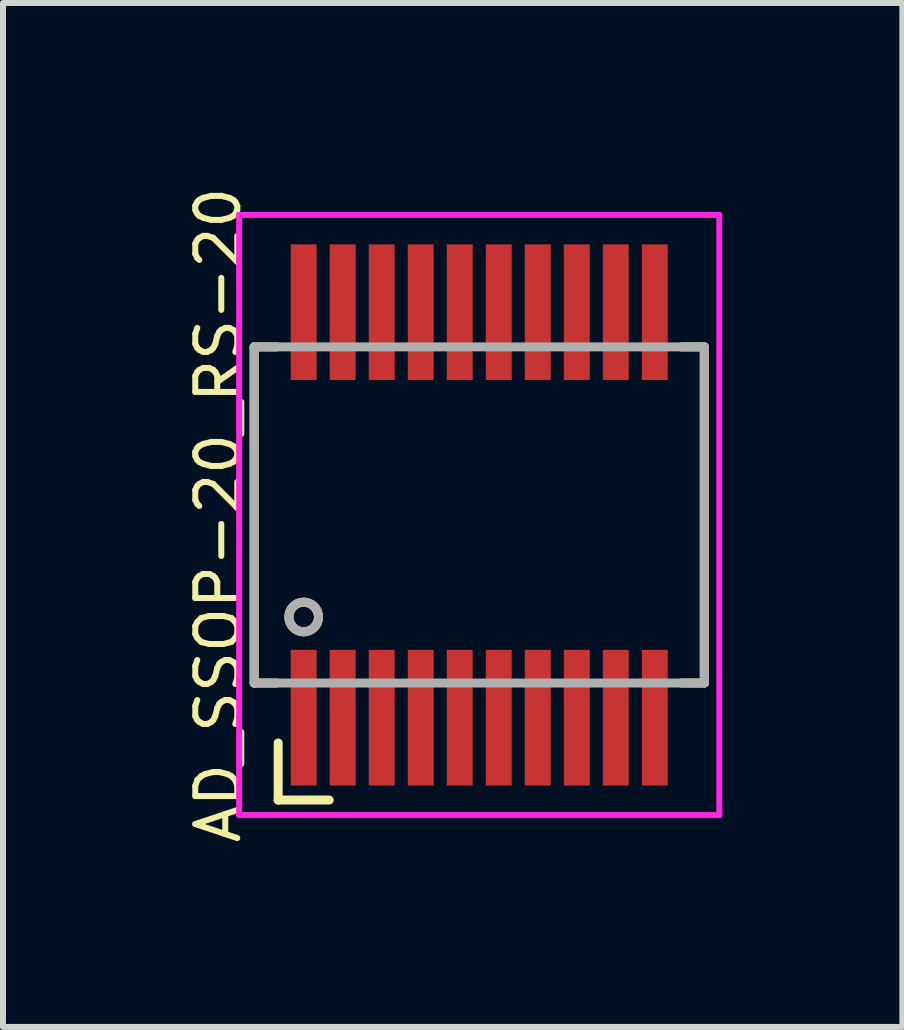
<source format=kicad_pcb>
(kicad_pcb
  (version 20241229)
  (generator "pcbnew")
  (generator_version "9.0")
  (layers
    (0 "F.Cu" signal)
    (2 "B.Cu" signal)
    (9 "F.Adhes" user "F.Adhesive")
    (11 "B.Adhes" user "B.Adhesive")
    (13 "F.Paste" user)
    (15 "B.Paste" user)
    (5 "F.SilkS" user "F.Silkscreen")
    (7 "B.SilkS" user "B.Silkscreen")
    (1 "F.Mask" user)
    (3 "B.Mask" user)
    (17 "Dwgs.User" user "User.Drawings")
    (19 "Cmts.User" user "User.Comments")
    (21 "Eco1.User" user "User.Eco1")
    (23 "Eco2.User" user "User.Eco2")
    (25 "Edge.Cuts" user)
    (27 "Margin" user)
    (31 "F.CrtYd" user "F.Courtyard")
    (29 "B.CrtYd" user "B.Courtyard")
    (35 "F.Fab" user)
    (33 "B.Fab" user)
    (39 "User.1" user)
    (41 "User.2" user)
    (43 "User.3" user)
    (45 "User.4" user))
  (footprint "AD_SSOP-20_RS-20"
    (layer "F.Cu")
    (at 4.935 5.53)
    (property "Reference" "AD_SSOP-20_RS-20" (at -4.35 0 90) (layer "F.SilkS") (effects (font (size 0.7 0.7) (thickness 0.1))))
    (attr smd)
    (fp_line (start -3.75 -2.8) (end -3.375 -2.8) (stroke (width 0.15) (type solid)) (layer "F.SilkS"))
    (fp_line (start -3.75 2.8) (end -3.75 -2.8) (stroke (width 0.15) (type solid)) (layer "F.SilkS"))
    (fp_line (start -3.75 2.8) (end -3.375 2.8) (stroke (width 0.15) (type solid)) (layer "F.SilkS"))
    (fp_line (start -3.35 4.75) (end -3.35 3.8) (stroke (width 0.15) (type solid)) (layer "F.SilkS"))
    (fp_line (start -2.5 4.75) (end -3.35 4.75) (stroke (width 0.15) (type solid)) (layer "F.SilkS"))
    (fp_line (start 3.75 -2.8) (end 3.375 -2.8) (stroke (width 0.15) (type solid)) (layer "F.SilkS"))
    (fp_line (start 3.75 -2.8) (end 3.75 2.8) (stroke (width 0.15) (type solid)) (layer "F.SilkS"))
    (fp_line (start 3.75 2.8) (end 3.375 2.8) (stroke (width 0.15) (type solid)) (layer "F.SilkS"))
    (fp_circle (center -2.925 1.7) (end -2.7 1.8) (stroke (width 0.15) (type solid)) (fill no) (layer "F.SilkS"))
    (fp_line (start -4 -5) (end -4 5) (stroke (width 0.1) (type solid)) (layer "F.CrtYd"))
    (fp_line (start -4 5) (end 4 5) (stroke (width 0.1) (type solid)) (layer "F.CrtYd"))
    (fp_line (start 4 -5) (end -4 -5) (stroke (width 0.1) (type solid)) (layer "F.CrtYd"))
    (fp_line (start 4 5) (end 4 -5) (stroke (width 0.1) (type solid)) (layer "F.CrtYd"))
    (fp_line (start -3.75 -2.8) (end 3.75 -2.8) (stroke (width 0.15) (type solid)) (layer "F.Fab"))
    (fp_line (start -3.75 2.8) (end -3.75 -2.8) (stroke (width 0.15) (type solid)) (layer "F.Fab"))
    (fp_line (start 3.75 -2.8) (end 3.75 2.8) (stroke (width 0.15) (type solid)) (layer "F.Fab"))
    (fp_line (start 3.75 2.8) (end -3.75 2.8) (stroke (width 0.15) (type solid)) (layer "F.Fab"))
    (fp_circle (center -2.925 1.7) (end -2.75 1.875) (stroke (width 0.15) (type solid)) (fill no) (layer "F.Fab"))
    (pad "1" smd rect (at -2.925 3.378) (size 0.432 2.261) (layers "F.Cu" "F.Mask" "F.Paste"))
    (pad "2" smd rect (at -2.275 3.378) (size 0.432 2.261) (layers "F.Cu" "F.Mask" "F.Paste"))
    (pad "3" smd rect (at -1.625 3.378) (size 0.432 2.261) (layers "F.Cu" "F.Mask" "F.Paste"))
    (pad "4" smd rect (at -0.975 3.378) (size 0.432 2.261) (layers "F.Cu" "F.Mask" "F.Paste"))
    (pad "5" smd rect (at -0.325 3.378) (size 0.432 2.261) (layers "F.Cu" "F.Mask" "F.Paste"))
    (pad "6" smd rect (at 0.325 3.378) (size 0.432 2.261) (layers "F.Cu" "F.Mask" "F.Paste"))
    (pad "7" smd rect (at 0.975 3.378) (size 0.432 2.261) (layers "F.Cu" "F.Mask" "F.Paste"))
    (pad "8" smd rect (at 1.625 3.378) (size 0.432 2.261) (layers "F.Cu" "F.Mask" "F.Paste"))
    (pad "9" smd rect (at 2.275 3.378) (size 0.432 2.261) (layers "F.Cu" "F.Mask" "F.Paste"))
    (pad "10" smd rect (at 2.925 3.378) (size 0.432 2.261) (layers "F.Cu" "F.Mask" "F.Paste"))
    (pad "11" smd rect (at 2.925 -3.378) (size 0.432 2.261) (layers "F.Cu" "F.Mask" "F.Paste"))
    (pad "12" smd rect (at 2.275 -3.378) (size 0.432 2.261) (layers "F.Cu" "F.Mask" "F.Paste"))
    (pad "13" smd rect (at 1.625 -3.378) (size 0.432 2.261) (layers "F.Cu" "F.Mask" "F.Paste"))
    (pad "14" smd rect (at 0.975 -3.378) (size 0.432 2.261) (layers "F.Cu" "F.Mask" "F.Paste"))
    (pad "15" smd rect (at 0.325 -3.378) (size 0.432 2.261) (layers "F.Cu" "F.Mask" "F.Paste"))
    (pad "16" smd rect (at -0.325 -3.378) (size 0.432 2.261) (layers "F.Cu" "F.Mask" "F.Paste"))
    (pad "17" smd rect (at -0.975 -3.378) (size 0.432 2.261) (layers "F.Cu" "F.Mask" "F.Paste"))
    (pad "18" smd rect (at -1.625 -3.378) (size 0.432 2.261) (layers "F.Cu" "F.Mask" "F.Paste"))
    (pad "19" smd rect (at -2.275 -3.378) (size 0.432 2.261) (layers "F.Cu" "F.Mask" "F.Paste"))
    (pad "20" smd rect (at -2.925 -3.378) (size 0.432 2.261) (layers "F.Cu" "F.Mask" "F.Paste")))
  (gr_rect
    (start -3 -3)
    (end 11.985 14.06)
    (stroke (width 0.1) (type default))
    (fill no)
    (layer "Edge.Cuts")))
</source>
